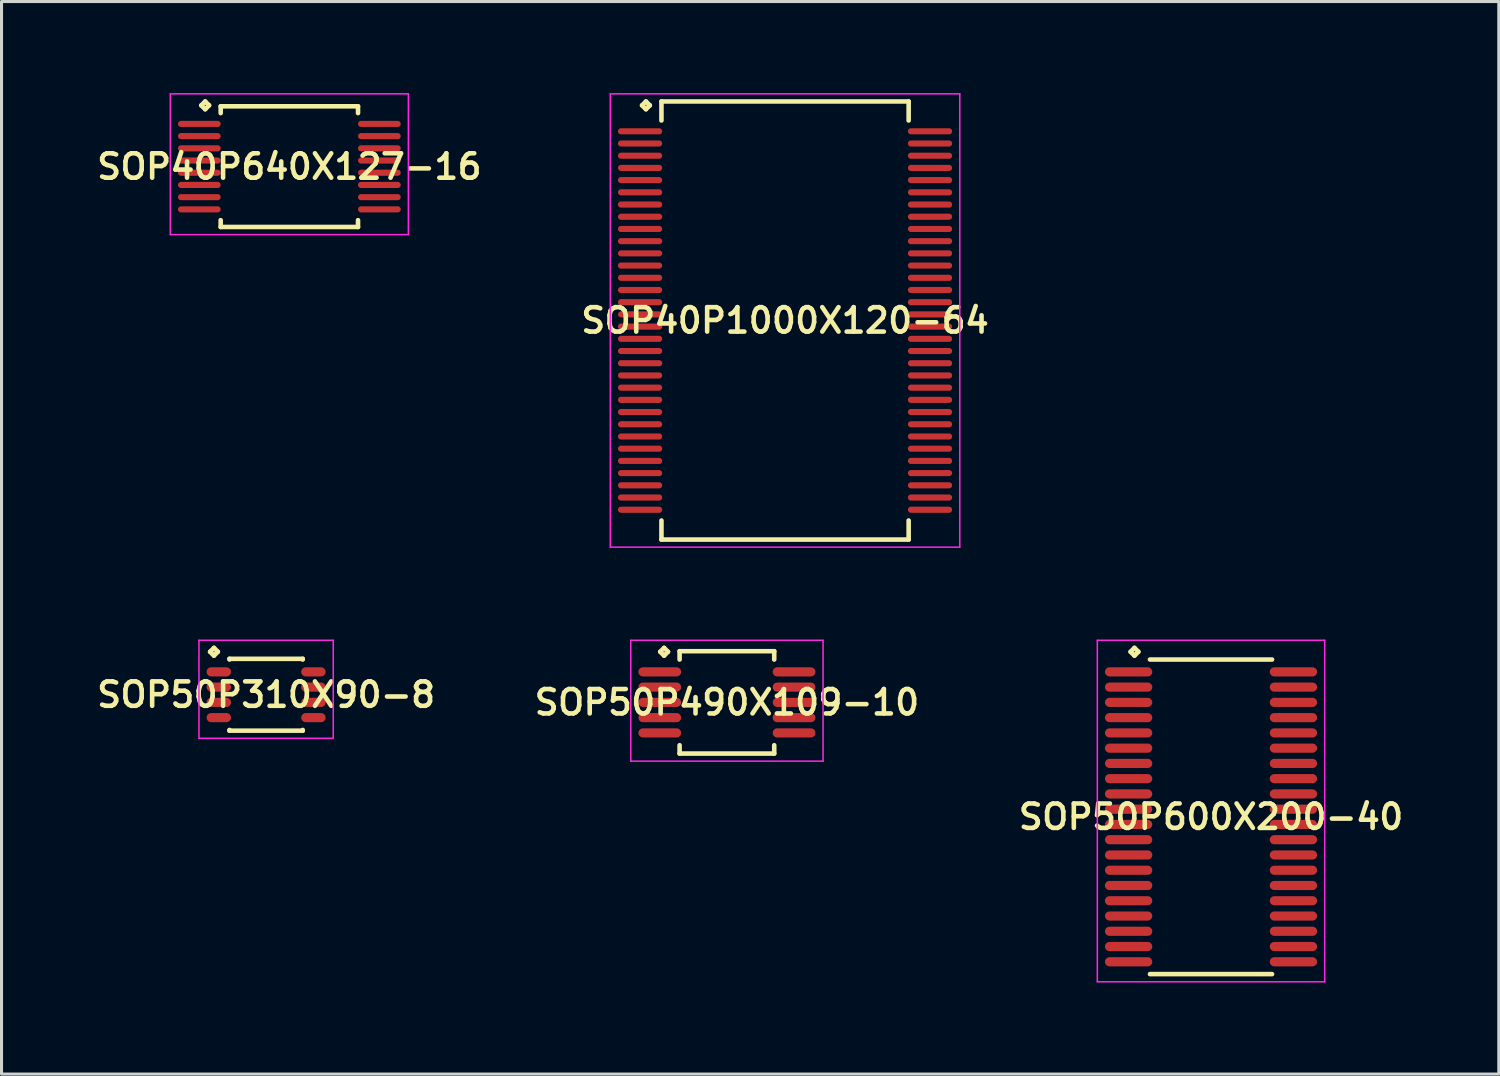
<source format=kicad_pcb>
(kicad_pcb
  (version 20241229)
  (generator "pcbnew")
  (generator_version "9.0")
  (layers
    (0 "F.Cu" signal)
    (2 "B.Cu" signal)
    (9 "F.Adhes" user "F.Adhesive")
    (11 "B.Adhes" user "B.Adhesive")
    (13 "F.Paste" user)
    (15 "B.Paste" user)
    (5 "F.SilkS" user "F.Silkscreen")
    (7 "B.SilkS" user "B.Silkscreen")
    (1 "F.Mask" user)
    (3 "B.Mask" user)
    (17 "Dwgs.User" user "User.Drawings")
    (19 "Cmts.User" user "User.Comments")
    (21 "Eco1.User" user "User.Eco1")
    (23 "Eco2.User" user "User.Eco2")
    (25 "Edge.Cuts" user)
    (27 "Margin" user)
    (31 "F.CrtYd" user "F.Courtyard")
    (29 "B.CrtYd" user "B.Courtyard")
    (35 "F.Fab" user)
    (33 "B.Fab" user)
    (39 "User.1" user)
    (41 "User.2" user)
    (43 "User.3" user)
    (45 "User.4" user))
  (footprint "SOP40P640X127-16"
    (layer "F.Cu")
    (at 6.431 2.41)
    (property "Reference" "SOP40P640X127-16" (at 0 0 0) (layer "F.SilkS") (effects (font (size 0.8 0.8) (thickness 0.15))))
    (attr smd)
    (fp_line (start -2.885 -2.008) (end -2.758 -2.135) (stroke (width 0.15) (type solid)) (layer "F.SilkS"))
    (fp_line (start -2.758 -2.135) (end -2.631 -2.008) (stroke (width 0.15) (type solid)) (layer "F.SilkS"))
    (fp_line (start -2.758 -1.881) (end -2.885 -2.008) (stroke (width 0.15) (type solid)) (layer "F.SilkS"))
    (fp_line (start -2.631 -2.008) (end -2.758 -1.881) (stroke (width 0.15) (type solid)) (layer "F.SilkS"))
    (fp_line (start -2.25 -1.977) (end 2.25 -1.977) (stroke (width 0.15) (type solid)) (layer "F.SilkS"))
    (fp_line (start -2.25 -1.754) (end -2.25 -1.977) (stroke (width 0.15) (type solid)) (layer "F.SilkS"))
    (fp_line (start -2.25 1.754) (end -2.25 1.977) (stroke (width 0.15) (type solid)) (layer "F.SilkS"))
    (fp_line (start -2.25 1.977) (end 2.25 1.977) (stroke (width 0.15) (type solid)) (layer "F.SilkS"))
    (fp_line (start 2.25 -1.977) (end 2.25 -1.754) (stroke (width 0.15) (type solid)) (layer "F.SilkS"))
    (fp_line (start 2.25 1.977) (end 2.25 1.754) (stroke (width 0.15) (type solid)) (layer "F.SilkS"))
    (fp_line (start -3.9 -2.385) (end 3.9 -2.385) (stroke (width 0.05) (type solid)) (layer "F.CrtYd"))
    (fp_line (start -3.9 2.227) (end -3.9 -2.385) (stroke (width 0.05) (type solid)) (layer "F.CrtYd"))
    (fp_line (start 3.9 -2.385) (end 3.9 2.227) (stroke (width 0.05) (type solid)) (layer "F.CrtYd"))
    (fp_line (start 3.9 2.227) (end -3.9 2.227) (stroke (width 0.05) (type solid)) (layer "F.CrtYd"))
    (pad "1" smd oval (at -2.95 -1.4) (size 1.4 0.2) (layers "F.Cu" "F.Mask" "F.Paste"))
    (pad "2" smd oval (at -2.95 -1) (size 1.4 0.2) (layers "F.Cu" "F.Mask" "F.Paste"))
    (pad "3" smd oval (at -2.95 -0.6) (size 1.4 0.2) (layers "F.Cu" "F.Mask" "F.Paste"))
    (pad "4" smd oval (at -2.95 -0.2) (size 1.4 0.2) (layers "F.Cu" "F.Mask" "F.Paste"))
    (pad "5" smd oval (at -2.95 0.2) (size 1.4 0.2) (layers "F.Cu" "F.Mask" "F.Paste"))
    (pad "6" smd oval (at -2.95 0.6) (size 1.4 0.2) (layers "F.Cu" "F.Mask" "F.Paste"))
    (pad "7" smd oval (at -2.95 1) (size 1.4 0.2) (layers "F.Cu" "F.Mask" "F.Paste"))
    (pad "8" smd oval (at -2.95 1.4) (size 1.4 0.2) (layers "F.Cu" "F.Mask" "F.Paste"))
    (pad "9" smd oval (at 2.95 1.4) (size 1.4 0.2) (layers "F.Cu" "F.Mask" "F.Paste"))
    (pad "10" smd oval (at 2.95 1) (size 1.4 0.2) (layers "F.Cu" "F.Mask" "F.Paste"))
    (pad "11" smd oval (at 2.95 0.6) (size 1.4 0.2) (layers "F.Cu" "F.Mask" "F.Paste"))
    (pad "12" smd oval (at 2.95 0.2) (size 1.4 0.2) (layers "F.Cu" "F.Mask" "F.Paste"))
    (pad "13" smd oval (at 2.95 -0.2) (size 1.4 0.2) (layers "F.Cu" "F.Mask" "F.Paste"))
    (pad "14" smd oval (at 2.95 -0.6) (size 1.4 0.2) (layers "F.Cu" "F.Mask" "F.Paste"))
    (pad "15" smd oval (at 2.95 -1) (size 1.4 0.2) (layers "F.Cu" "F.Mask" "F.Paste"))
    (pad "16" smd oval (at 2.95 -1.4) (size 1.4 0.2) (layers "F.Cu" "F.Mask" "F.Paste")))
  (footprint "SOP50P600X200-40"
    (layer "F.Cu")
    (at 36.63 23.714)
    (property "Reference" "SOP50P600X200-40" (at 0 0 0) (layer "F.SilkS") (effects (font (size 0.8 0.8) (thickness 0.15))))
    (attr smd)
    (fp_line (start -2.635 -5.408) (end -2.508 -5.535) (stroke (width 0.15) (type solid)) (layer "F.SilkS"))
    (fp_line (start -2.508 -5.535) (end -2.381 -5.408) (stroke (width 0.15) (type solid)) (layer "F.SilkS"))
    (fp_line (start -2.508 -5.281) (end -2.635 -5.408) (stroke (width 0.15) (type solid)) (layer "F.SilkS"))
    (fp_line (start -2.381 -5.408) (end -2.508 -5.281) (stroke (width 0.15) (type solid)) (layer "F.SilkS"))
    (fp_line (start -2 -5.154) (end 2 -5.154) (stroke (width 0.15) (type solid)) (layer "F.SilkS"))
    (fp_line (start -2 5.154) (end 2 5.154) (stroke (width 0.15) (type solid)) (layer "F.SilkS"))
    (fp_line (start -3.725 -5.785) (end 3.725 -5.785) (stroke (width 0.05) (type solid)) (layer "F.CrtYd"))
    (fp_line (start -3.725 5.404) (end -3.725 -5.785) (stroke (width 0.05) (type solid)) (layer "F.CrtYd"))
    (fp_line (start 3.725 -5.785) (end 3.725 5.404) (stroke (width 0.05) (type solid)) (layer "F.CrtYd"))
    (fp_line (start 3.725 5.404) (end -3.725 5.404) (stroke (width 0.05) (type solid)) (layer "F.CrtYd"))
    (pad "1" smd oval (at -2.7 -4.75) (size 1.55 0.3) (layers "F.Cu" "F.Mask" "F.Paste"))
    (pad "2" smd oval (at -2.7 -4.25) (size 1.55 0.3) (layers "F.Cu" "F.Mask" "F.Paste"))
    (pad "3" smd oval (at -2.7 -3.75) (size 1.55 0.3) (layers "F.Cu" "F.Mask" "F.Paste"))
    (pad "4" smd oval (at -2.7 -3.25) (size 1.55 0.3) (layers "F.Cu" "F.Mask" "F.Paste"))
    (pad "5" smd oval (at -2.7 -2.75) (size 1.55 0.3) (layers "F.Cu" "F.Mask" "F.Paste"))
    (pad "6" smd oval (at -2.7 -2.25) (size 1.55 0.3) (layers "F.Cu" "F.Mask" "F.Paste"))
    (pad "7" smd oval (at -2.7 -1.75) (size 1.55 0.3) (layers "F.Cu" "F.Mask" "F.Paste"))
    (pad "8" smd oval (at -2.7 -1.25) (size 1.55 0.3) (layers "F.Cu" "F.Mask" "F.Paste"))
    (pad "9" smd oval (at -2.7 -0.75) (size 1.55 0.3) (layers "F.Cu" "F.Mask" "F.Paste"))
    (pad "10" smd oval (at -2.7 -0.25) (size 1.55 0.3) (layers "F.Cu" "F.Mask" "F.Paste"))
    (pad "11" smd oval (at -2.7 0.25) (size 1.55 0.3) (layers "F.Cu" "F.Mask" "F.Paste"))
    (pad "12" smd oval (at -2.7 0.75) (size 1.55 0.3) (layers "F.Cu" "F.Mask" "F.Paste"))
    (pad "13" smd oval (at -2.7 1.25) (size 1.55 0.3) (layers "F.Cu" "F.Mask" "F.Paste"))
    (pad "14" smd oval (at -2.7 1.75) (size 1.55 0.3) (layers "F.Cu" "F.Mask" "F.Paste"))
    (pad "15" smd oval (at -2.7 2.25) (size 1.55 0.3) (layers "F.Cu" "F.Mask" "F.Paste"))
    (pad "16" smd oval (at -2.7 2.75) (size 1.55 0.3) (layers "F.Cu" "F.Mask" "F.Paste"))
    (pad "17" smd oval (at -2.7 3.25) (size 1.55 0.3) (layers "F.Cu" "F.Mask" "F.Paste"))
    (pad "18" smd oval (at -2.7 3.75) (size 1.55 0.3) (layers "F.Cu" "F.Mask" "F.Paste"))
    (pad "19" smd oval (at -2.7 4.25) (size 1.55 0.3) (layers "F.Cu" "F.Mask" "F.Paste"))
    (pad "20" smd oval (at -2.7 4.75) (size 1.55 0.3) (layers "F.Cu" "F.Mask" "F.Paste"))
    (pad "21" smd oval (at 2.7 4.75) (size 1.55 0.3) (layers "F.Cu" "F.Mask" "F.Paste"))
    (pad "22" smd oval (at 2.7 4.25) (size 1.55 0.3) (layers "F.Cu" "F.Mask" "F.Paste"))
    (pad "23" smd oval (at 2.7 3.75) (size 1.55 0.3) (layers "F.Cu" "F.Mask" "F.Paste"))
    (pad "24" smd oval (at 2.7 3.25) (size 1.55 0.3) (layers "F.Cu" "F.Mask" "F.Paste"))
    (pad "25" smd oval (at 2.7 2.75) (size 1.55 0.3) (layers "F.Cu" "F.Mask" "F.Paste"))
    (pad "26" smd oval (at 2.7 2.25) (size 1.55 0.3) (layers "F.Cu" "F.Mask" "F.Paste"))
    (pad "27" smd oval (at 2.7 1.75) (size 1.55 0.3) (layers "F.Cu" "F.Mask" "F.Paste"))
    (pad "28" smd oval (at 2.7 1.25) (size 1.55 0.3) (layers "F.Cu" "F.Mask" "F.Paste"))
    (pad "29" smd oval (at 2.7 0.75) (size 1.55 0.3) (layers "F.Cu" "F.Mask" "F.Paste"))
    (pad "30" smd oval (at 2.7 0.25) (size 1.55 0.3) (layers "F.Cu" "F.Mask" "F.Paste"))
    (pad "31" smd oval (at 2.7 -0.25) (size 1.55 0.3) (layers "F.Cu" "F.Mask" "F.Paste"))
    (pad "32" smd oval (at 2.7 -0.75) (size 1.55 0.3) (layers "F.Cu" "F.Mask" "F.Paste"))
    (pad "33" smd oval (at 2.7 -1.25) (size 1.55 0.3) (layers "F.Cu" "F.Mask" "F.Paste"))
    (pad "34" smd oval (at 2.7 -1.75) (size 1.55 0.3) (layers "F.Cu" "F.Mask" "F.Paste"))
    (pad "35" smd oval (at 2.7 -2.25) (size 1.55 0.3) (layers "F.Cu" "F.Mask" "F.Paste"))
    (pad "36" smd oval (at 2.7 -2.75) (size 1.55 0.3) (layers "F.Cu" "F.Mask" "F.Paste"))
    (pad "37" smd oval (at 2.7 -3.25) (size 1.55 0.3) (layers "F.Cu" "F.Mask" "F.Paste"))
    (pad "38" smd oval (at 2.7 -3.75) (size 1.55 0.3) (layers "F.Cu" "F.Mask" "F.Paste"))
    (pad "39" smd oval (at 2.7 -4.25) (size 1.55 0.3) (layers "F.Cu" "F.Mask" "F.Paste"))
    (pad "40" smd oval (at 2.7 -4.75) (size 1.55 0.3) (layers "F.Cu" "F.Mask" "F.Paste")))
  (footprint "SOP40P1000X120-64"
    (layer "F.Cu")
    (at 22.673 7.452)
    (property "Reference" "SOP40P1000X120-64" (at 0 0 0) (layer "F.SilkS") (effects (font (size 0.8 0.8) (thickness 0.15))))
    (attr smd)
    (fp_line (start -4.685 -7.05) (end -4.558 -7.177) (stroke (width 0.15) (type solid)) (layer "F.SilkS"))
    (fp_line (start -4.558 -7.177) (end -4.431 -7.05) (stroke (width 0.15) (type solid)) (layer "F.SilkS"))
    (fp_line (start -4.558 -6.923) (end -4.685 -7.05) (stroke (width 0.15) (type solid)) (layer "F.SilkS"))
    (fp_line (start -4.431 -7.05) (end -4.558 -6.923) (stroke (width 0.15) (type solid)) (layer "F.SilkS"))
    (fp_line (start -4.05 -7.177) (end 4.05 -7.177) (stroke (width 0.15) (type solid)) (layer "F.SilkS"))
    (fp_line (start -4.05 -6.554) (end -4.05 -7.177) (stroke (width 0.15) (type solid)) (layer "F.SilkS"))
    (fp_line (start -4.05 6.554) (end -4.05 7.177) (stroke (width 0.15) (type solid)) (layer "F.SilkS"))
    (fp_line (start -4.05 7.177) (end 4.05 7.177) (stroke (width 0.15) (type solid)) (layer "F.SilkS"))
    (fp_line (start 4.05 -7.177) (end 4.05 -6.554) (stroke (width 0.15) (type solid)) (layer "F.SilkS"))
    (fp_line (start 4.05 7.177) (end 4.05 6.554) (stroke (width 0.15) (type solid)) (layer "F.SilkS"))
    (fp_line (start -5.725 -7.427) (end 5.725 -7.427) (stroke (width 0.05) (type solid)) (layer "F.CrtYd"))
    (fp_line (start -5.725 7.427) (end -5.725 -7.427) (stroke (width 0.05) (type solid)) (layer "F.CrtYd"))
    (fp_line (start 5.725 -7.427) (end 5.725 7.427) (stroke (width 0.05) (type solid)) (layer "F.CrtYd"))
    (fp_line (start 5.725 7.427) (end -5.725 7.427) (stroke (width 0.05) (type solid)) (layer "F.CrtYd"))
    (pad "1" smd oval (at -4.75 -6.2) (size 1.45 0.2) (layers "F.Cu" "F.Mask" "F.Paste"))
    (pad "2" smd oval (at -4.75 -5.8) (size 1.45 0.2) (layers "F.Cu" "F.Mask" "F.Paste"))
    (pad "3" smd oval (at -4.75 -5.4) (size 1.45 0.2) (layers "F.Cu" "F.Mask" "F.Paste"))
    (pad "4" smd oval (at -4.75 -5) (size 1.45 0.2) (layers "F.Cu" "F.Mask" "F.Paste"))
    (pad "5" smd oval (at -4.75 -4.6) (size 1.45 0.2) (layers "F.Cu" "F.Mask" "F.Paste"))
    (pad "6" smd oval (at -4.75 -4.2) (size 1.45 0.2) (layers "F.Cu" "F.Mask" "F.Paste"))
    (pad "7" smd oval (at -4.75 -3.8) (size 1.45 0.2) (layers "F.Cu" "F.Mask" "F.Paste"))
    (pad "8" smd oval (at -4.75 -3.4) (size 1.45 0.2) (layers "F.Cu" "F.Mask" "F.Paste"))
    (pad "9" smd oval (at -4.75 -3) (size 1.45 0.2) (layers "F.Cu" "F.Mask" "F.Paste"))
    (pad "10" smd oval (at -4.75 -2.6) (size 1.45 0.2) (layers "F.Cu" "F.Mask" "F.Paste"))
    (pad "11" smd oval (at -4.75 -2.2) (size 1.45 0.2) (layers "F.Cu" "F.Mask" "F.Paste"))
    (pad "12" smd oval (at -4.75 -1.8) (size 1.45 0.2) (layers "F.Cu" "F.Mask" "F.Paste"))
    (pad "13" smd oval (at -4.75 -1.4) (size 1.45 0.2) (layers "F.Cu" "F.Mask" "F.Paste"))
    (pad "14" smd oval (at -4.75 -1) (size 1.45 0.2) (layers "F.Cu" "F.Mask" "F.Paste"))
    (pad "15" smd oval (at -4.75 -0.6) (size 1.45 0.2) (layers "F.Cu" "F.Mask" "F.Paste"))
    (pad "16" smd oval (at -4.75 -0.2) (size 1.45 0.2) (layers "F.Cu" "F.Mask" "F.Paste"))
    (pad "17" smd oval (at -4.75 0.2) (size 1.45 0.2) (layers "F.Cu" "F.Mask" "F.Paste"))
    (pad "18" smd oval (at -4.75 0.6) (size 1.45 0.2) (layers "F.Cu" "F.Mask" "F.Paste"))
    (pad "19" smd oval (at -4.75 1) (size 1.45 0.2) (layers "F.Cu" "F.Mask" "F.Paste"))
    (pad "20" smd oval (at -4.75 1.4) (size 1.45 0.2) (layers "F.Cu" "F.Mask" "F.Paste"))
    (pad "21" smd oval (at -4.75 1.8) (size 1.45 0.2) (layers "F.Cu" "F.Mask" "F.Paste"))
    (pad "22" smd oval (at -4.75 2.2) (size 1.45 0.2) (layers "F.Cu" "F.Mask" "F.Paste"))
    (pad "23" smd oval (at -4.75 2.6) (size 1.45 0.2) (layers "F.Cu" "F.Mask" "F.Paste"))
    (pad "24" smd oval (at -4.75 3) (size 1.45 0.2) (layers "F.Cu" "F.Mask" "F.Paste"))
    (pad "25" smd oval (at -4.75 3.4) (size 1.45 0.2) (layers "F.Cu" "F.Mask" "F.Paste"))
    (pad "26" smd oval (at -4.75 3.8) (size 1.45 0.2) (layers "F.Cu" "F.Mask" "F.Paste"))
    (pad "27" smd oval (at -4.75 4.2) (size 1.45 0.2) (layers "F.Cu" "F.Mask" "F.Paste"))
    (pad "28" smd oval (at -4.75 4.6) (size 1.45 0.2) (layers "F.Cu" "F.Mask" "F.Paste"))
    (pad "29" smd oval (at -4.75 5) (size 1.45 0.2) (layers "F.Cu" "F.Mask" "F.Paste"))
    (pad "30" smd oval (at -4.75 5.4) (size 1.45 0.2) (layers "F.Cu" "F.Mask" "F.Paste"))
    (pad "31" smd oval (at -4.75 5.8) (size 1.45 0.2) (layers "F.Cu" "F.Mask" "F.Paste"))
    (pad "32" smd oval (at -4.75 6.2) (size 1.45 0.2) (layers "F.Cu" "F.Mask" "F.Paste"))
    (pad "33" smd oval (at 4.75 6.2) (size 1.45 0.2) (layers "F.Cu" "F.Mask" "F.Paste"))
    (pad "34" smd oval (at 4.75 5.8) (size 1.45 0.2) (layers "F.Cu" "F.Mask" "F.Paste"))
    (pad "35" smd oval (at 4.75 5.4) (size 1.45 0.2) (layers "F.Cu" "F.Mask" "F.Paste"))
    (pad "36" smd oval (at 4.75 5) (size 1.45 0.2) (layers "F.Cu" "F.Mask" "F.Paste"))
    (pad "37" smd oval (at 4.75 4.6) (size 1.45 0.2) (layers "F.Cu" "F.Mask" "F.Paste"))
    (pad "38" smd oval (at 4.75 4.2) (size 1.45 0.2) (layers "F.Cu" "F.Mask" "F.Paste"))
    (pad "39" smd oval (at 4.75 3.8) (size 1.45 0.2) (layers "F.Cu" "F.Mask" "F.Paste"))
    (pad "40" smd oval (at 4.75 3.4) (size 1.45 0.2) (layers "F.Cu" "F.Mask" "F.Paste"))
    (pad "41" smd oval (at 4.75 3) (size 1.45 0.2) (layers "F.Cu" "F.Mask" "F.Paste"))
    (pad "42" smd oval (at 4.75 2.6) (size 1.45 0.2) (layers "F.Cu" "F.Mask" "F.Paste"))
    (pad "43" smd oval (at 4.75 2.2) (size 1.45 0.2) (layers "F.Cu" "F.Mask" "F.Paste"))
    (pad "44" smd oval (at 4.75 1.8) (size 1.45 0.2) (layers "F.Cu" "F.Mask" "F.Paste"))
    (pad "45" smd oval (at 4.75 1.4) (size 1.45 0.2) (layers "F.Cu" "F.Mask" "F.Paste"))
    (pad "46" smd oval (at 4.75 1) (size 1.45 0.2) (layers "F.Cu" "F.Mask" "F.Paste"))
    (pad "47" smd oval (at 4.75 0.6) (size 1.45 0.2) (layers "F.Cu" "F.Mask" "F.Paste"))
    (pad "48" smd oval (at 4.75 0.2) (size 1.45 0.2) (layers "F.Cu" "F.Mask" "F.Paste"))
    (pad "49" smd oval (at 4.75 -0.2) (size 1.45 0.2) (layers "F.Cu" "F.Mask" "F.Paste"))
    (pad "50" smd oval (at 4.75 -0.6) (size 1.45 0.2) (layers "F.Cu" "F.Mask" "F.Paste"))
    (pad "51" smd oval (at 4.75 -1) (size 1.45 0.2) (layers "F.Cu" "F.Mask" "F.Paste"))
    (pad "52" smd oval (at 4.75 -1.4) (size 1.45 0.2) (layers "F.Cu" "F.Mask" "F.Paste"))
    (pad "53" smd oval (at 4.75 -1.8) (size 1.45 0.2) (layers "F.Cu" "F.Mask" "F.Paste"))
    (pad "54" smd oval (at 4.75 -2.2) (size 1.45 0.2) (layers "F.Cu" "F.Mask" "F.Paste"))
    (pad "55" smd oval (at 4.75 -2.6) (size 1.45 0.2) (layers "F.Cu" "F.Mask" "F.Paste"))
    (pad "56" smd oval (at 4.75 -3) (size 1.45 0.2) (layers "F.Cu" "F.Mask" "F.Paste"))
    (pad "57" smd oval (at 4.75 -3.4) (size 1.45 0.2) (layers "F.Cu" "F.Mask" "F.Paste"))
    (pad "58" smd oval (at 4.75 -3.8) (size 1.45 0.2) (layers "F.Cu" "F.Mask" "F.Paste"))
    (pad "59" smd oval (at 4.75 -4.2) (size 1.45 0.2) (layers "F.Cu" "F.Mask" "F.Paste"))
    (pad "60" smd oval (at 4.75 -4.6) (size 1.45 0.2) (layers "F.Cu" "F.Mask" "F.Paste"))
    (pad "61" smd oval (at 4.75 -5) (size 1.45 0.2) (layers "F.Cu" "F.Mask" "F.Paste"))
    (pad "62" smd oval (at 4.75 -5.4) (size 1.45 0.2) (layers "F.Cu" "F.Mask" "F.Paste"))
    (pad "63" smd oval (at 4.75 -5.8) (size 1.45 0.2) (layers "F.Cu" "F.Mask" "F.Paste"))
    (pad "64" smd oval (at 4.75 -6.2) (size 1.45 0.2) (layers "F.Cu" "F.Mask" "F.Paste")))
  (footprint "SOP50P310X90-8"
    (layer "F.Cu")
    (at 5.669 19.714)
    (property "Reference" "SOP50P310X90-8" (at 0 0 0) (layer "F.SilkS") (effects (font (size 0.8 0.8) (thickness 0.15))))
    (attr smd)
    (fp_line (start -1.835 -1.408) (end -1.708 -1.535) (stroke (width 0.15) (type solid)) (layer "F.SilkS"))
    (fp_line (start -1.708 -1.535) (end -1.581 -1.408) (stroke (width 0.15) (type solid)) (layer "F.SilkS"))
    (fp_line (start -1.708 -1.281) (end -1.835 -1.408) (stroke (width 0.15) (type solid)) (layer "F.SilkS"))
    (fp_line (start -1.581 -1.408) (end -1.708 -1.281) (stroke (width 0.15) (type solid)) (layer "F.SilkS"))
    (fp_line (start -1.2 -1.177) (end 1.2 -1.177) (stroke (width 0.15) (type solid)) (layer "F.SilkS"))
    (fp_line (start -1.2 -1.154) (end -1.2 -1.177) (stroke (width 0.15) (type solid)) (layer "F.SilkS"))
    (fp_line (start -1.2 1.154) (end -1.2 1.177) (stroke (width 0.15) (type solid)) (layer "F.SilkS"))
    (fp_line (start -1.2 1.177) (end 1.2 1.177) (stroke (width 0.15) (type solid)) (layer "F.SilkS"))
    (fp_line (start 1.2 -1.177) (end 1.2 -1.154) (stroke (width 0.15) (type solid)) (layer "F.SilkS"))
    (fp_line (start 1.2 1.177) (end 1.2 1.154) (stroke (width 0.15) (type solid)) (layer "F.SilkS"))
    (fp_line (start -2.2 -1.785) (end 2.2 -1.785) (stroke (width 0.05) (type solid)) (layer "F.CrtYd"))
    (fp_line (start -2.2 1.427) (end -2.2 -1.785) (stroke (width 0.05) (type solid)) (layer "F.CrtYd"))
    (fp_line (start 2.2 -1.785) (end 2.2 1.427) (stroke (width 0.05) (type solid)) (layer "F.CrtYd"))
    (fp_line (start 2.2 1.427) (end -2.2 1.427) (stroke (width 0.05) (type solid)) (layer "F.CrtYd"))
    (pad "1" smd oval (at -1.55 -0.75) (size 0.8 0.3) (layers "F.Cu" "F.Mask" "F.Paste"))
    (pad "2" smd oval (at -1.55 -0.25) (size 0.8 0.3) (layers "F.Cu" "F.Mask" "F.Paste"))
    (pad "3" smd oval (at -1.55 0.25) (size 0.8 0.3) (layers "F.Cu" "F.Mask" "F.Paste"))
    (pad "4" smd oval (at -1.55 0.75) (size 0.8 0.3) (layers "F.Cu" "F.Mask" "F.Paste"))
    (pad "5" smd oval (at 1.55 0.75) (size 0.8 0.3) (layers "F.Cu" "F.Mask" "F.Paste"))
    (pad "6" smd oval (at 1.55 0.25) (size 0.8 0.3) (layers "F.Cu" "F.Mask" "F.Paste"))
    (pad "7" smd oval (at 1.55 -0.25) (size 0.8 0.3) (layers "F.Cu" "F.Mask" "F.Paste"))
    (pad "8" smd oval (at 1.55 -0.75) (size 0.8 0.3) (layers "F.Cu" "F.Mask" "F.Paste")))
  (footprint "SOP50P490X109-10"
    (layer "F.Cu")
    (at 20.768 19.964)
    (property "Reference" "SOP50P490X109-10" (at 0 0 0) (layer "F.SilkS") (effects (font (size 0.8 0.8) (thickness 0.15))))
    (attr smd)
    (fp_line (start -2.185 -1.658) (end -2.058 -1.785) (stroke (width 0.15) (type solid)) (layer "F.SilkS"))
    (fp_line (start -2.058 -1.785) (end -1.931 -1.658) (stroke (width 0.15) (type solid)) (layer "F.SilkS"))
    (fp_line (start -2.058 -1.531) (end -2.185 -1.658) (stroke (width 0.15) (type solid)) (layer "F.SilkS"))
    (fp_line (start -1.931 -1.658) (end -2.058 -1.531) (stroke (width 0.15) (type solid)) (layer "F.SilkS"))
    (fp_line (start -1.55 -1.677) (end 1.55 -1.677) (stroke (width 0.15) (type solid)) (layer "F.SilkS"))
    (fp_line (start -1.55 -1.404) (end -1.55 -1.677) (stroke (width 0.15) (type solid)) (layer "F.SilkS"))
    (fp_line (start -1.55 1.404) (end -1.55 1.677) (stroke (width 0.15) (type solid)) (layer "F.SilkS"))
    (fp_line (start -1.55 1.677) (end 1.55 1.677) (stroke (width 0.15) (type solid)) (layer "F.SilkS"))
    (fp_line (start 1.55 -1.677) (end 1.55 -1.404) (stroke (width 0.15) (type solid)) (layer "F.SilkS"))
    (fp_line (start 1.55 1.677) (end 1.55 1.404) (stroke (width 0.15) (type solid)) (layer "F.SilkS"))
    (fp_line (start -3.15 -2.035) (end 3.15 -2.035) (stroke (width 0.05) (type solid)) (layer "F.CrtYd"))
    (fp_line (start -3.15 1.927) (end -3.15 -2.035) (stroke (width 0.05) (type solid)) (layer "F.CrtYd"))
    (fp_line (start 3.15 -2.035) (end 3.15 1.927) (stroke (width 0.05) (type solid)) (layer "F.CrtYd"))
    (fp_line (start 3.15 1.927) (end -3.15 1.927) (stroke (width 0.05) (type solid)) (layer "F.CrtYd"))
    (pad "1" smd oval (at -2.2 -1) (size 1.4 0.3) (layers "F.Cu" "F.Mask" "F.Paste"))
    (pad "2" smd oval (at -2.2 -0.5) (size 1.4 0.3) (layers "F.Cu" "F.Mask" "F.Paste"))
    (pad "3" smd oval (at -2.2 0) (size 1.4 0.3) (layers "F.Cu" "F.Mask" "F.Paste"))
    (pad "4" smd oval (at -2.2 0.5) (size 1.4 0.3) (layers "F.Cu" "F.Mask" "F.Paste"))
    (pad "5" smd oval (at -2.2 1) (size 1.4 0.3) (layers "F.Cu" "F.Mask" "F.Paste"))
    (pad "6" smd oval (at 2.2 1) (size 1.4 0.3) (layers "F.Cu" "F.Mask" "F.Paste"))
    (pad "7" smd oval (at 2.2 0.5) (size 1.4 0.3) (layers "F.Cu" "F.Mask" "F.Paste"))
    (pad "8" smd oval (at 2.2 0) (size 1.4 0.3) (layers "F.Cu" "F.Mask" "F.Paste"))
    (pad "9" smd oval (at 2.2 -0.5) (size 1.4 0.3) (layers "F.Cu" "F.Mask" "F.Paste"))
    (pad "10" smd oval (at 2.2 -1) (size 1.4 0.3) (layers "F.Cu" "F.Mask" "F.Paste")))
  (gr_rect
    (start -3 -3)
    (end 46.06 32.143)
    (stroke (width 0.1) (type default))
    (fill no)
    (layer "Edge.Cuts")))
</source>
